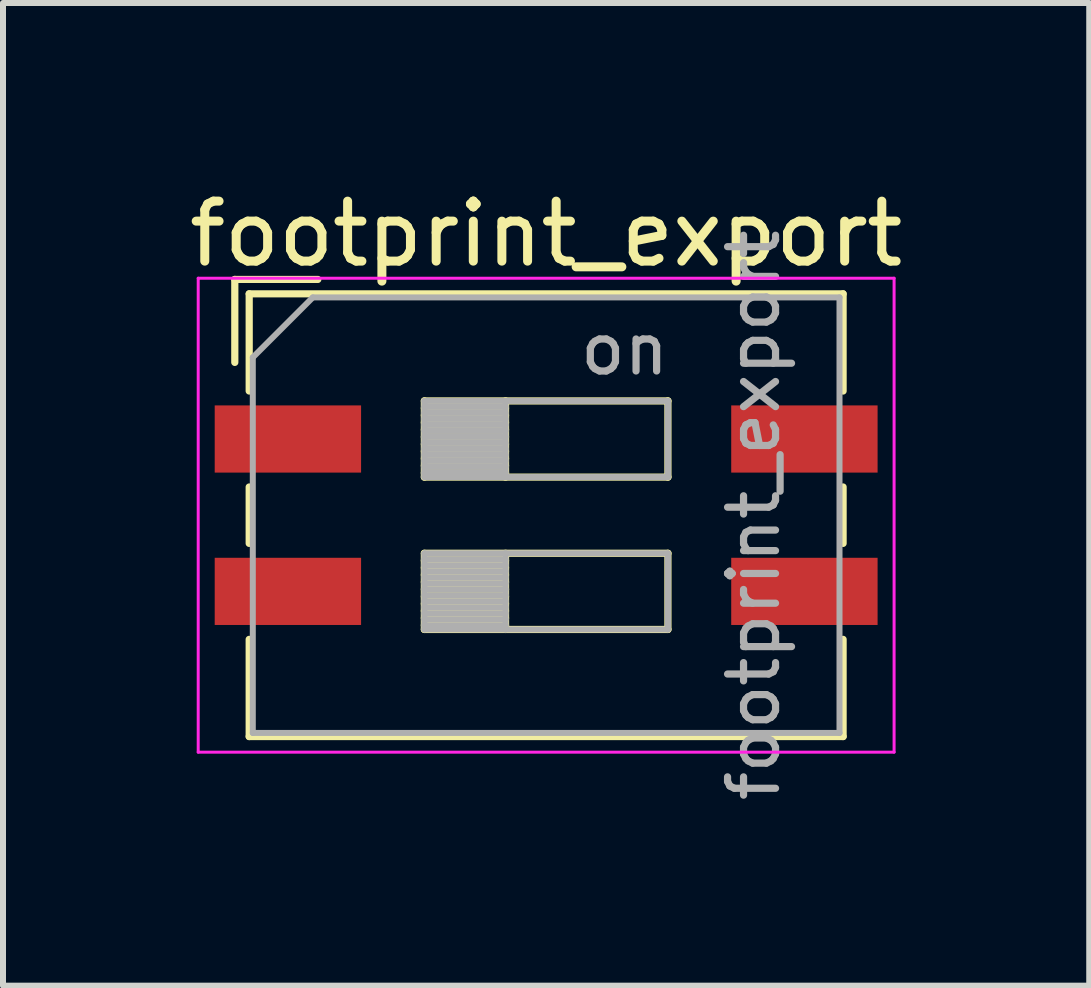
<source format=kicad_pcb>
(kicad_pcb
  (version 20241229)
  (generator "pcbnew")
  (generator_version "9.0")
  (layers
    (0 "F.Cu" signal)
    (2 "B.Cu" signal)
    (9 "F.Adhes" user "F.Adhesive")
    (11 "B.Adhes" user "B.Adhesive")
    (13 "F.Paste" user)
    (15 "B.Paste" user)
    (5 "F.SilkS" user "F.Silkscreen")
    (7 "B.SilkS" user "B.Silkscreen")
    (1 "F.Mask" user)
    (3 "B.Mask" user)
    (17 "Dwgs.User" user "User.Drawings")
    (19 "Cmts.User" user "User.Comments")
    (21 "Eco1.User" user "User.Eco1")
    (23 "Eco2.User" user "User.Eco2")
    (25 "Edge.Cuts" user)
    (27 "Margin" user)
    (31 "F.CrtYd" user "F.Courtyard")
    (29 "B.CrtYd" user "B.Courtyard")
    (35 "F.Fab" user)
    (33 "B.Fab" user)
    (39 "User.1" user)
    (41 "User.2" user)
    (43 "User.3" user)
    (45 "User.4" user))
  (footprint "footprint_export"
    (layer "F.Cu")
    (at 6.054 5.538)
    (property "Reference" "footprint_export" (at 0 -4.69 0) (layer "F.SilkS") (effects (font (size 1 1) (thickness 0.15))))
    (attr smd)
    (fp_line (start -5.19 -3.93) (end -5.19 -2.547) (stroke (width 0.12) (type solid)) (layer "F.SilkS"))
    (fp_line (start -5.19 -3.93) (end -3.806 -3.93) (stroke (width 0.12) (type solid)) (layer "F.SilkS"))
    (fp_line (start -4.95 -3.69) (end -4.95 -2.07) (stroke (width 0.12) (type solid)) (layer "F.SilkS"))
    (fp_line (start -4.95 -3.69) (end 4.95 -3.69) (stroke (width 0.12) (type solid)) (layer "F.SilkS"))
    (fp_line (start -4.95 -0.47) (end -4.95 0.47) (stroke (width 0.12) (type solid)) (layer "F.SilkS"))
    (fp_line (start -4.95 2.07) (end -4.95 3.69) (stroke (width 0.12) (type solid)) (layer "F.SilkS"))
    (fp_line (start -4.95 3.69) (end 4.95 3.69) (stroke (width 0.12) (type solid)) (layer "F.SilkS"))
    (fp_line (start -2.03 -1.905) (end -2.03 -0.635) (stroke (width 0.12) (type solid)) (layer "F.SilkS"))
    (fp_line (start -2.03 -1.785) (end -0.677 -1.785) (stroke (width 0.12) (type solid)) (layer "F.SilkS"))
    (fp_line (start -2.03 -1.665) (end -0.677 -1.665) (stroke (width 0.12) (type solid)) (layer "F.SilkS"))
    (fp_line (start -2.03 -1.545) (end -0.677 -1.545) (stroke (width 0.12) (type solid)) (layer "F.SilkS"))
    (fp_line (start -2.03 -1.425) (end -0.677 -1.425) (stroke (width 0.12) (type solid)) (layer "F.SilkS"))
    (fp_line (start -2.03 -1.305) (end -0.677 -1.305) (stroke (width 0.12) (type solid)) (layer "F.SilkS"))
    (fp_line (start -2.03 -1.185) (end -0.677 -1.185) (stroke (width 0.12) (type solid)) (layer "F.SilkS"))
    (fp_line (start -2.03 -1.065) (end -0.677 -1.065) (stroke (width 0.12) (type solid)) (layer "F.SilkS"))
    (fp_line (start -2.03 -0.945) (end -0.677 -0.945) (stroke (width 0.12) (type solid)) (layer "F.SilkS"))
    (fp_line (start -2.03 -0.825) (end -0.677 -0.825) (stroke (width 0.12) (type solid)) (layer "F.SilkS"))
    (fp_line (start -2.03 -0.705) (end -0.677 -0.705) (stroke (width 0.12) (type solid)) (layer "F.SilkS"))
    (fp_line (start -2.03 -0.635) (end 2.03 -0.635) (stroke (width 0.12) (type solid)) (layer "F.SilkS"))
    (fp_line (start -2.03 0.635) (end -2.03 1.905) (stroke (width 0.12) (type solid)) (layer "F.SilkS"))
    (fp_line (start -2.03 0.755) (end -0.677 0.755) (stroke (width 0.12) (type solid)) (layer "F.SilkS"))
    (fp_line (start -2.03 0.875) (end -0.677 0.875) (stroke (width 0.12) (type solid)) (layer "F.SilkS"))
    (fp_line (start -2.03 0.995) (end -0.677 0.995) (stroke (width 0.12) (type solid)) (layer "F.SilkS"))
    (fp_line (start -2.03 1.115) (end -0.677 1.115) (stroke (width 0.12) (type solid)) (layer "F.SilkS"))
    (fp_line (start -2.03 1.235) (end -0.677 1.235) (stroke (width 0.12) (type solid)) (layer "F.SilkS"))
    (fp_line (start -2.03 1.355) (end -0.677 1.355) (stroke (width 0.12) (type solid)) (layer "F.SilkS"))
    (fp_line (start -2.03 1.475) (end -0.677 1.475) (stroke (width 0.12) (type solid)) (layer "F.SilkS"))
    (fp_line (start -2.03 1.595) (end -0.677 1.595) (stroke (width 0.12) (type solid)) (layer "F.SilkS"))
    (fp_line (start -2.03 1.715) (end -0.677 1.715) (stroke (width 0.12) (type solid)) (layer "F.SilkS"))
    (fp_line (start -2.03 1.835) (end -0.677 1.835) (stroke (width 0.12) (type solid)) (layer "F.SilkS"))
    (fp_line (start -2.03 1.905) (end 2.03 1.905) (stroke (width 0.12) (type solid)) (layer "F.SilkS"))
    (fp_line (start -0.677 -1.905) (end -0.677 -0.635) (stroke (width 0.12) (type solid)) (layer "F.SilkS"))
    (fp_line (start -0.677 0.635) (end -0.677 1.905) (stroke (width 0.12) (type solid)) (layer "F.SilkS"))
    (fp_line (start 2.03 -1.905) (end -2.03 -1.905) (stroke (width 0.12) (type solid)) (layer "F.SilkS"))
    (fp_line (start 2.03 -0.635) (end 2.03 -1.905) (stroke (width 0.12) (type solid)) (layer "F.SilkS"))
    (fp_line (start 2.03 0.635) (end -2.03 0.635) (stroke (width 0.12) (type solid)) (layer "F.SilkS"))
    (fp_line (start 2.03 1.905) (end 2.03 0.635) (stroke (width 0.12) (type solid)) (layer "F.SilkS"))
    (fp_line (start 4.95 -3.69) (end 4.95 -2.07) (stroke (width 0.12) (type solid)) (layer "F.SilkS"))
    (fp_line (start 4.95 -0.47) (end 4.95 0.47) (stroke (width 0.12) (type solid)) (layer "F.SilkS"))
    (fp_line (start 4.95 2.07) (end 4.95 3.69) (stroke (width 0.12) (type solid)) (layer "F.SilkS"))
    (fp_line (start -5.8 -3.95) (end -5.8 3.95) (stroke (width 0.05) (type solid)) (layer "F.CrtYd"))
    (fp_line (start -5.8 3.95) (end 5.8 3.95) (stroke (width 0.05) (type solid)) (layer "F.CrtYd"))
    (fp_line (start 5.8 -3.95) (end -5.8 -3.95) (stroke (width 0.05) (type solid)) (layer "F.CrtYd"))
    (fp_line (start 5.8 3.95) (end 5.8 -3.95) (stroke (width 0.05) (type solid)) (layer "F.CrtYd"))
    (fp_line (start -4.89 -2.63) (end -3.89 -3.63) (stroke (width 0.1) (type solid)) (layer "F.Fab"))
    (fp_line (start -4.89 3.63) (end -4.89 -2.63) (stroke (width 0.1) (type solid)) (layer "F.Fab"))
    (fp_line (start -3.89 -3.63) (end 4.89 -3.63) (stroke (width 0.1) (type solid)) (layer "F.Fab"))
    (fp_line (start -2.03 -1.905) (end -2.03 -0.635) (stroke (width 0.1) (type solid)) (layer "F.Fab"))
    (fp_line (start -2.03 -1.805) (end -0.677 -1.805) (stroke (width 0.1) (type solid)) (layer "F.Fab"))
    (fp_line (start -2.03 -1.705) (end -0.677 -1.705) (stroke (width 0.1) (type solid)) (layer "F.Fab"))
    (fp_line (start -2.03 -1.605) (end -0.677 -1.605) (stroke (width 0.1) (type solid)) (layer "F.Fab"))
    (fp_line (start -2.03 -1.505) (end -0.677 -1.505) (stroke (width 0.1) (type solid)) (layer "F.Fab"))
    (fp_line (start -2.03 -1.405) (end -0.677 -1.405) (stroke (width 0.1) (type solid)) (layer "F.Fab"))
    (fp_line (start -2.03 -1.305) (end -0.677 -1.305) (stroke (width 0.1) (type solid)) (layer "F.Fab"))
    (fp_line (start -2.03 -1.205) (end -0.677 -1.205) (stroke (width 0.1) (type solid)) (layer "F.Fab"))
    (fp_line (start -2.03 -1.105) (end -0.677 -1.105) (stroke (width 0.1) (type solid)) (layer "F.Fab"))
    (fp_line (start -2.03 -1.005) (end -0.677 -1.005) (stroke (width 0.1) (type solid)) (layer "F.Fab"))
    (fp_line (start -2.03 -0.905) (end -0.677 -0.905) (stroke (width 0.1) (type solid)) (layer "F.Fab"))
    (fp_line (start -2.03 -0.805) (end -0.677 -0.805) (stroke (width 0.1) (type solid)) (layer "F.Fab"))
    (fp_line (start -2.03 -0.705) (end -0.677 -0.705) (stroke (width 0.1) (type solid)) (layer "F.Fab"))
    (fp_line (start -2.03 -0.635) (end 2.03 -0.635) (stroke (width 0.1) (type solid)) (layer "F.Fab"))
    (fp_line (start -2.03 0.635) (end -2.03 1.905) (stroke (width 0.1) (type solid)) (layer "F.Fab"))
    (fp_line (start -2.03 0.735) (end -0.677 0.735) (stroke (width 0.1) (type solid)) (layer "F.Fab"))
    (fp_line (start -2.03 0.835) (end -0.677 0.835) (stroke (width 0.1) (type solid)) (layer "F.Fab"))
    (fp_line (start -2.03 0.935) (end -0.677 0.935) (stroke (width 0.1) (type solid)) (layer "F.Fab"))
    (fp_line (start -2.03 1.035) (end -0.677 1.035) (stroke (width 0.1) (type solid)) (layer "F.Fab"))
    (fp_line (start -2.03 1.135) (end -0.677 1.135) (stroke (width 0.1) (type solid)) (layer "F.Fab"))
    (fp_line (start -2.03 1.235) (end -0.677 1.235) (stroke (width 0.1) (type solid)) (layer "F.Fab"))
    (fp_line (start -2.03 1.335) (end -0.677 1.335) (stroke (width 0.1) (type solid)) (layer "F.Fab"))
    (fp_line (start -2.03 1.435) (end -0.677 1.435) (stroke (width 0.1) (type solid)) (layer "F.Fab"))
    (fp_line (start -2.03 1.535) (end -0.677 1.535) (stroke (width 0.1) (type solid)) (layer "F.Fab"))
    (fp_line (start -2.03 1.635) (end -0.677 1.635) (stroke (width 0.1) (type solid)) (layer "F.Fab"))
    (fp_line (start -2.03 1.735) (end -0.677 1.735) (stroke (width 0.1) (type solid)) (layer "F.Fab"))
    (fp_line (start -2.03 1.835) (end -0.677 1.835) (stroke (width 0.1) (type solid)) (layer "F.Fab"))
    (fp_line (start -2.03 1.905) (end 2.03 1.905) (stroke (width 0.1) (type solid)) (layer "F.Fab"))
    (fp_line (start -0.677 -1.905) (end -0.677 -0.635) (stroke (width 0.1) (type solid)) (layer "F.Fab"))
    (fp_line (start -0.677 0.635) (end -0.677 1.905) (stroke (width 0.1) (type solid)) (layer "F.Fab"))
    (fp_line (start 2.03 -1.905) (end -2.03 -1.905) (stroke (width 0.1) (type solid)) (layer "F.Fab"))
    (fp_line (start 2.03 -0.635) (end 2.03 -1.905) (stroke (width 0.1) (type solid)) (layer "F.Fab"))
    (fp_line (start 2.03 0.635) (end -2.03 0.635) (stroke (width 0.1) (type solid)) (layer "F.Fab"))
    (fp_line (start 2.03 1.905) (end 2.03 0.635) (stroke (width 0.1) (type solid)) (layer "F.Fab"))
    (fp_line (start 4.89 -3.63) (end 4.89 3.63) (stroke (width 0.1) (type solid)) (layer "F.Fab"))
    (fp_line (start 4.89 3.63) (end -4.89 3.63) (stroke (width 0.1) (type solid)) (layer "F.Fab"))
    (fp_text user "${REFERENCE}" (at 3.46 0 90) (layer "F.Fab") (effects (font (size 0.8 0.8) (thickness 0.12))))
    (fp_text user "on" (at 1.308 -2.768 0) (layer "F.Fab") (effects (font (size 0.8 0.8) (thickness 0.12))))
    (pad "1" smd rect (at -4.305 -1.27) (size 2.44 1.12) (layers "F.Cu" "F.Mask" "F.Paste"))
    (pad "2" smd rect (at -4.305 1.27) (size 2.44 1.12) (layers "F.Cu" "F.Mask" "F.Paste"))
    (pad "3" smd rect (at 4.305 1.27) (size 2.44 1.12) (layers "F.Cu" "F.Mask" "F.Paste"))
    (pad "4" smd rect (at 4.305 -1.27) (size 2.44 1.12) (layers "F.Cu" "F.Mask" "F.Paste")))
  (gr_rect
    (start -3 -3)
    (end 15.107 13.381)
    (stroke (width 0.1) (type default))
    (fill no)
    (layer "Edge.Cuts")))
</source>
